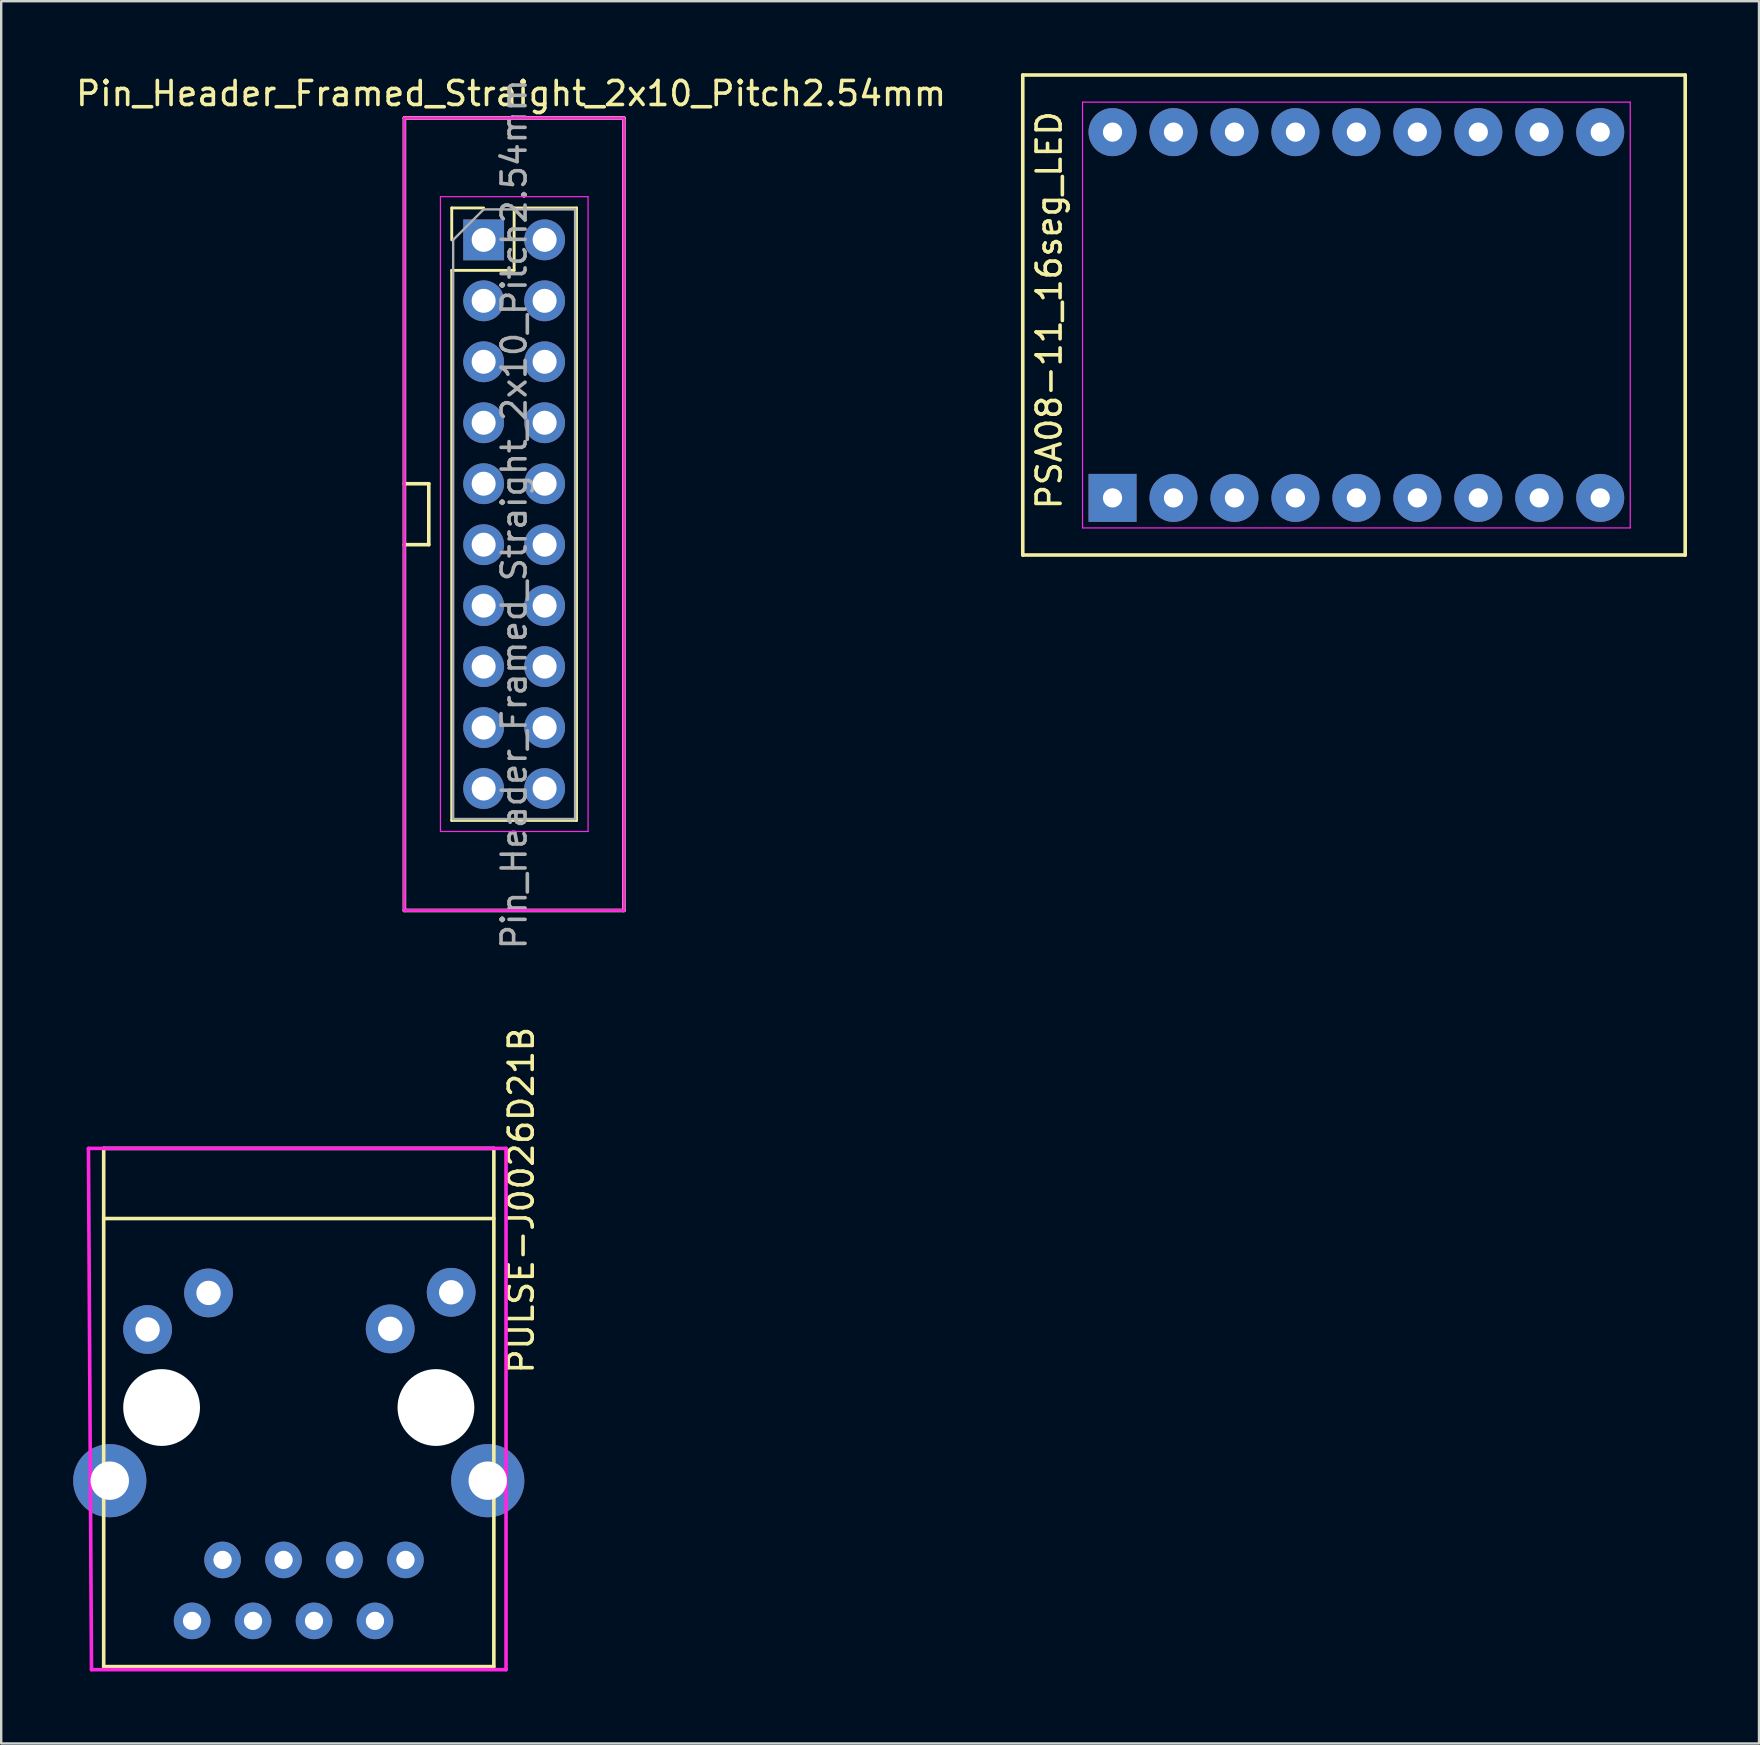
<source format=kicad_pcb>
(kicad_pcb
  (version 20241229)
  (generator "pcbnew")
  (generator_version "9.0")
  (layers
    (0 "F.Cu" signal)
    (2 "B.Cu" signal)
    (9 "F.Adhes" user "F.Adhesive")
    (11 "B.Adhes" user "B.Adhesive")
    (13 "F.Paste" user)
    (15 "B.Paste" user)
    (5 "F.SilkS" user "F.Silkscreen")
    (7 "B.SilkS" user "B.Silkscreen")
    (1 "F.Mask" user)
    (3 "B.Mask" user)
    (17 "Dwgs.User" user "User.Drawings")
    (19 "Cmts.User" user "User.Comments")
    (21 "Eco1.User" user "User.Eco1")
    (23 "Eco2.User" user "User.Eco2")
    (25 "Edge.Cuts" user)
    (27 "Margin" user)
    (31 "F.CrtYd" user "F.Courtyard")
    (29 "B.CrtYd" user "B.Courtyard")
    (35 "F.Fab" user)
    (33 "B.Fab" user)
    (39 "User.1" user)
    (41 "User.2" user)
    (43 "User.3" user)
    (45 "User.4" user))
  (footprint "PSA08-11_16seg_LED"
    (layer "F.Cu")
    (at 53.463 10.075)
    (property "Reference" "PSA08-11_16seg_LED" (at -12.8 -0.2 90) (layer "F.SilkS") (effects (font (size 1 1) (thickness 0.15))))
    (attr through_hole)
    (fp_line (start -13.9 -10) (end 13.7 -10) (stroke (width 0.15) (type solid)) (layer "F.SilkS"))
    (fp_line (start -13.9 10) (end -13.9 -10) (stroke (width 0.15) (type solid)) (layer "F.SilkS"))
    (fp_line (start 13.7 -10) (end 13.7 10) (stroke (width 0.15) (type solid)) (layer "F.SilkS"))
    (fp_line (start 13.7 10) (end -13.9 10) (stroke (width 0.15) (type solid)) (layer "F.SilkS"))
    (fp_line (start -11.41 -8.87) (end 11.41 -8.87) (stroke (width 0.05) (type solid)) (layer "F.CrtYd"))
    (fp_line (start -11.41 8.87) (end -11.41 -8.87) (stroke (width 0.05) (type solid)) (layer "F.CrtYd"))
    (fp_line (start 11.41 -8.87) (end 11.41 8.87) (stroke (width 0.05) (type solid)) (layer "F.CrtYd"))
    (fp_line (start 11.41 8.87) (end -11.41 8.87) (stroke (width 0.05) (type solid)) (layer "F.CrtYd"))
    (pad "1" thru_hole rect (at -10.16 7.62) (size 2 2) (drill 0.8) (layers "*.Cu" "*.Mask"))
    (pad "2" thru_hole circle (at -7.62 7.62) (size 2 2) (drill 0.8) (layers "*.Cu" "*.Mask"))
    (pad "3" thru_hole circle (at -5.08 7.62) (size 2 2) (drill 0.8) (layers "*.Cu" "*.Mask"))
    (pad "4" thru_hole circle (at -2.54 7.62) (size 2 2) (drill 0.8) (layers "*.Cu" "*.Mask"))
    (pad "5" thru_hole circle (at 0 7.62) (size 2 2) (drill 0.8) (layers "*.Cu" "*.Mask"))
    (pad "6" thru_hole circle (at 2.54 7.62) (size 2 2) (drill 0.8) (layers "*.Cu" "*.Mask"))
    (pad "7" thru_hole circle (at 5.08 7.62) (size 2 2) (drill 0.8) (layers "*.Cu" "*.Mask"))
    (pad "8" thru_hole circle (at 7.62 7.62) (size 2 2) (drill 0.8) (layers "*.Cu" "*.Mask"))
    (pad "9" thru_hole circle (at 10.16 7.62) (size 2 2) (drill 0.8) (layers "*.Cu" "*.Mask"))
    (pad "10" thru_hole circle (at 10.16 -7.62) (size 2 2) (drill 0.8) (layers "*.Cu" "*.Mask"))
    (pad "11" thru_hole circle (at 7.62 -7.62) (size 2 2) (drill 0.8) (layers "*.Cu" "*.Mask"))
    (pad "12" thru_hole circle (at 5.08 -7.62) (size 2 2) (drill 0.8) (layers "*.Cu" "*.Mask"))
    (pad "13" thru_hole circle (at 2.54 -7.62) (size 2 2) (drill 0.8) (layers "*.Cu" "*.Mask"))
    (pad "14" thru_hole circle (at 0 -7.62) (size 2 2) (drill 0.8) (layers "*.Cu" "*.Mask"))
    (pad "15" thru_hole circle (at -2.54 -7.62) (size 2 2) (drill 0.8) (layers "*.Cu" "*.Mask"))
    (pad "16" thru_hole circle (at -5.08 -7.62) (size 2 2) (drill 0.8) (layers "*.Cu" "*.Mask"))
    (pad "17" thru_hole circle (at -7.62 -7.62) (size 2 2) (drill 0.8) (layers "*.Cu" "*.Mask"))
    (pad "18" thru_hole circle (at -10.16 -7.62) (size 2 2) (drill 0.8) (layers "*.Cu" "*.Mask")))
  (footprint "PULSE-J0026D21B"
    (layer "F.Cu")
    (at 13.843 61.944)
    (property "Reference" "PULSE-J0026D21B" (at 4.826 -14.986 90) (layer "F.SilkS") (effects (font (size 1 1) (thickness 0.15))))
    (attr through_hole)
    (fp_line (start -12.573 -17.145) (end 3.683 -17.145) (stroke (width 0.15) (type solid)) (layer "F.SilkS"))
    (fp_line (start -12.573 -14.224) (end 3.683 -14.224) (stroke (width 0.15) (type solid)) (layer "F.SilkS"))
    (fp_line (start -12.573 4.445) (end -12.573 -17.145) (stroke (width 0.15) (type solid)) (layer "F.SilkS"))
    (fp_line (start 3.683 -17.145) (end 3.683 4.445) (stroke (width 0.15) (type solid)) (layer "F.SilkS"))
    (fp_line (start 3.683 4.445) (end -12.573 4.445) (stroke (width 0.15) (type solid)) (layer "F.SilkS"))
    (fp_line (start -13.208 -17.145) (end 4.191 -17.145) (stroke (width 0.15) (type solid)) (layer "F.CrtYd"))
    (fp_line (start -13.081 4.572) (end -13.208 -17.145) (stroke (width 0.15) (type solid)) (layer "F.CrtYd"))
    (fp_line (start 4.191 -17.145) (end 4.191 4.572) (stroke (width 0.15) (type solid)) (layer "F.CrtYd"))
    (fp_line (start 4.191 4.572) (end -13.081 4.572) (stroke (width 0.15) (type solid)) (layer "F.CrtYd"))
    (pad "" np_thru_hole circle (at -10.16 -6.35) (size 3.2 3.2) (drill 3.2) (layers "*.Cu" "*.Mask"))
    (pad "" np_thru_hole circle (at 1.27 -6.35) (size 3.2 3.2) (drill 3.2) (layers "*.Cu" "*.Mask"))
    (pad "1" thru_hole circle (at 0 0) (size 1.524 1.524) (drill 0.762) (layers "*.Cu" "*.Mask"))
    (pad "2" thru_hole circle (at -1.27 2.54) (size 1.524 1.524) (drill 0.762) (layers "*.Cu" "*.Mask"))
    (pad "3" thru_hole circle (at -2.54 0) (size 1.524 1.524) (drill 0.762) (layers "*.Cu" "*.Mask"))
    (pad "4" thru_hole circle (at -3.81 2.54) (size 1.524 1.524) (drill 0.762) (layers "*.Cu" "*.Mask"))
    (pad "5" thru_hole circle (at -5.08 0) (size 1.524 1.524) (drill 0.762) (layers "*.Cu" "*.Mask"))
    (pad "6" thru_hole circle (at -6.35 2.54) (size 1.524 1.524) (drill 0.762) (layers "*.Cu" "*.Mask"))
    (pad "7" thru_hole circle (at -7.62 0) (size 1.524 1.524) (drill 0.762) (layers "*.Cu" "*.Mask"))
    (pad "8" thru_hole circle (at -8.89 2.54) (size 1.524 1.524) (drill 0.762) (layers "*.Cu" "*.Mask"))
    (pad "9" thru_hole circle (at 1.905 -11.151) (size 2.032 2.032) (drill 1.016) (layers "*.Cu" "*.Mask"))
    (pad "10" thru_hole circle (at -0.635 -9.627) (size 2.032 2.032) (drill 1.016) (layers "*.Cu" "*.Mask"))
    (pad "11" thru_hole circle (at -8.204 -11.125) (size 2.032 2.032) (drill 1.016) (layers "*.Cu" "*.Mask"))
    (pad "12" thru_hole circle (at -10.744 -9.601) (size 2.032 2.032) (drill 1.016) (layers "*.Cu" "*.Mask"))
    (pad "S1" thru_hole circle (at 3.429 -3.302) (size 3.048 3.048) (drill 1.6) (layers "*.Cu" "*.Mask"))
    (pad "S2" thru_hole circle (at -12.319 -3.302) (size 3.048 3.048) (drill 1.6) (layers "*.Cu" "*.Mask")))
  (footprint "Pin_Header_Framed_Straight_2x10_Pitch2.54mm"
    (layer "F.Cu")
    (at 17.101 6.944)
    (property "Reference" "Pin_Header_Framed_Straight_2x10_Pitch2.54mm" (at 1.143 -6.096 0) (layer "F.SilkS") (effects (font (size 1 1) (thickness 0.15))))
    (attr through_hole)
    (fp_line (start -3.302 -5.08) (end 5.842 -5.08) (stroke (width 0.15) (type solid)) (layer "F.SilkS"))
    (fp_line (start -3.302 10.16) (end -2.286 10.16) (stroke (width 0.15) (type solid)) (layer "F.SilkS"))
    (fp_line (start -3.302 27.94) (end -3.302 -5.08) (stroke (width 0.15) (type solid)) (layer "F.SilkS"))
    (fp_line (start -2.286 10.16) (end -2.286 12.7) (stroke (width 0.15) (type solid)) (layer "F.SilkS"))
    (fp_line (start -2.286 12.7) (end -3.302 12.7) (stroke (width 0.15) (type solid)) (layer "F.SilkS"))
    (fp_line (start -1.33 -1.33) (end 0 -1.33) (stroke (width 0.12) (type solid)) (layer "F.SilkS"))
    (fp_line (start -1.33 0) (end -1.33 -1.33) (stroke (width 0.12) (type solid)) (layer "F.SilkS"))
    (fp_line (start -1.33 1.27) (end -1.33 24.19) (stroke (width 0.12) (type solid)) (layer "F.SilkS"))
    (fp_line (start -1.33 1.27) (end 1.27 1.27) (stroke (width 0.12) (type solid)) (layer "F.SilkS"))
    (fp_line (start -1.33 24.19) (end 3.87 24.19) (stroke (width 0.12) (type solid)) (layer "F.SilkS"))
    (fp_line (start 1.27 -1.33) (end 3.87 -1.33) (stroke (width 0.12) (type solid)) (layer "F.SilkS"))
    (fp_line (start 1.27 1.27) (end 1.27 -1.33) (stroke (width 0.12) (type solid)) (layer "F.SilkS"))
    (fp_line (start 3.87 -1.33) (end 3.87 24.19) (stroke (width 0.12) (type solid)) (layer "F.SilkS"))
    (fp_line (start 5.842 -5.08) (end 5.842 27.94) (stroke (width 0.15) (type solid)) (layer "F.SilkS"))
    (fp_line (start 5.842 27.94) (end -3.302 27.94) (stroke (width 0.15) (type solid)) (layer "F.SilkS"))
    (fp_line (start -3.302 -5.08) (end -3.302 27.94) (stroke (width 0.12) (type solid)) (layer "F.CrtYd"))
    (fp_line (start -3.302 27.94) (end 5.842 27.94) (stroke (width 0.12) (type solid)) (layer "F.CrtYd"))
    (fp_line (start -1.8 -1.8) (end -1.8 24.65) (stroke (width 0.05) (type solid)) (layer "F.CrtYd"))
    (fp_line (start -1.8 24.65) (end 4.35 24.65) (stroke (width 0.05) (type solid)) (layer "F.CrtYd"))
    (fp_line (start 4.35 -1.8) (end -1.8 -1.8) (stroke (width 0.05) (type solid)) (layer "F.CrtYd"))
    (fp_line (start 4.35 24.65) (end 4.35 -1.8) (stroke (width 0.05) (type solid)) (layer "F.CrtYd"))
    (fp_line (start 5.842 -5.08) (end -3.302 -5.08) (stroke (width 0.12) (type solid)) (layer "F.CrtYd"))
    (fp_line (start 5.842 27.94) (end 5.842 -5.08) (stroke (width 0.12) (type solid)) (layer "F.CrtYd"))
    (fp_line (start -1.27 0) (end 0 -1.27) (stroke (width 0.1) (type solid)) (layer "F.Fab"))
    (fp_line (start -1.27 24.13) (end -1.27 0) (stroke (width 0.1) (type solid)) (layer "F.Fab"))
    (fp_line (start 0 -1.27) (end 3.81 -1.27) (stroke (width 0.1) (type solid)) (layer "F.Fab"))
    (fp_line (start 3.81 -1.27) (end 3.81 24.13) (stroke (width 0.1) (type solid)) (layer "F.Fab"))
    (fp_line (start 3.81 24.13) (end -1.27 24.13) (stroke (width 0.1) (type solid)) (layer "F.Fab"))
    (fp_text user "${REFERENCE}" (at 1.27 11.43 270) (layer "F.Fab") (effects (font (size 1 1) (thickness 0.15))))
    (pad "1" thru_hole rect (at 0 0) (size 1.7 1.7) (drill 1) (layers "*.Cu" "*.Mask"))
    (pad "2" thru_hole oval (at 2.54 0) (size 1.7 1.7) (drill 1) (layers "*.Cu" "*.Mask"))
    (pad "3" thru_hole oval (at 0 2.54) (size 1.7 1.7) (drill 1) (layers "*.Cu" "*.Mask"))
    (pad "4" thru_hole oval (at 2.54 2.54) (size 1.7 1.7) (drill 1) (layers "*.Cu" "*.Mask"))
    (pad "5" thru_hole oval (at 0 5.08) (size 1.7 1.7) (drill 1) (layers "*.Cu" "*.Mask"))
    (pad "6" thru_hole oval (at 2.54 5.08) (size 1.7 1.7) (drill 1) (layers "*.Cu" "*.Mask"))
    (pad "7" thru_hole oval (at 0 7.62) (size 1.7 1.7) (drill 1) (layers "*.Cu" "*.Mask"))
    (pad "8" thru_hole oval (at 2.54 7.62) (size 1.7 1.7) (drill 1) (layers "*.Cu" "*.Mask"))
    (pad "9" thru_hole oval (at 0 10.16) (size 1.7 1.7) (drill 1) (layers "*.Cu" "*.Mask"))
    (pad "10" thru_hole oval (at 2.54 10.16) (size 1.7 1.7) (drill 1) (layers "*.Cu" "*.Mask"))
    (pad "11" thru_hole oval (at 0 12.7) (size 1.7 1.7) (drill 1) (layers "*.Cu" "*.Mask"))
    (pad "12" thru_hole oval (at 2.54 12.7) (size 1.7 1.7) (drill 1) (layers "*.Cu" "*.Mask"))
    (pad "13" thru_hole oval (at 0 15.24) (size 1.7 1.7) (drill 1) (layers "*.Cu" "*.Mask"))
    (pad "14" thru_hole oval (at 2.54 15.24) (size 1.7 1.7) (drill 1) (layers "*.Cu" "*.Mask"))
    (pad "15" thru_hole oval (at 0 17.78) (size 1.7 1.7) (drill 1) (layers "*.Cu" "*.Mask"))
    (pad "16" thru_hole oval (at 2.54 17.78) (size 1.7 1.7) (drill 1) (layers "*.Cu" "*.Mask"))
    (pad "17" thru_hole oval (at 0 20.32) (size 1.7 1.7) (drill 1) (layers "*.Cu" "*.Mask"))
    (pad "18" thru_hole oval (at 2.54 20.32) (size 1.7 1.7) (drill 1) (layers "*.Cu" "*.Mask"))
    (pad "19" thru_hole oval (at 0 22.86) (size 1.7 1.7) (drill 1) (layers "*.Cu" "*.Mask"))
    (pad "20" thru_hole oval (at 2.54 22.86) (size 1.7 1.7) (drill 1) (layers "*.Cu" "*.Mask")))
  (gr_rect
    (start -3 -3)
    (end 70.238 69.591)
    (stroke (width 0.1) (type default))
    (fill no)
    (layer "Edge.Cuts")))
</source>
